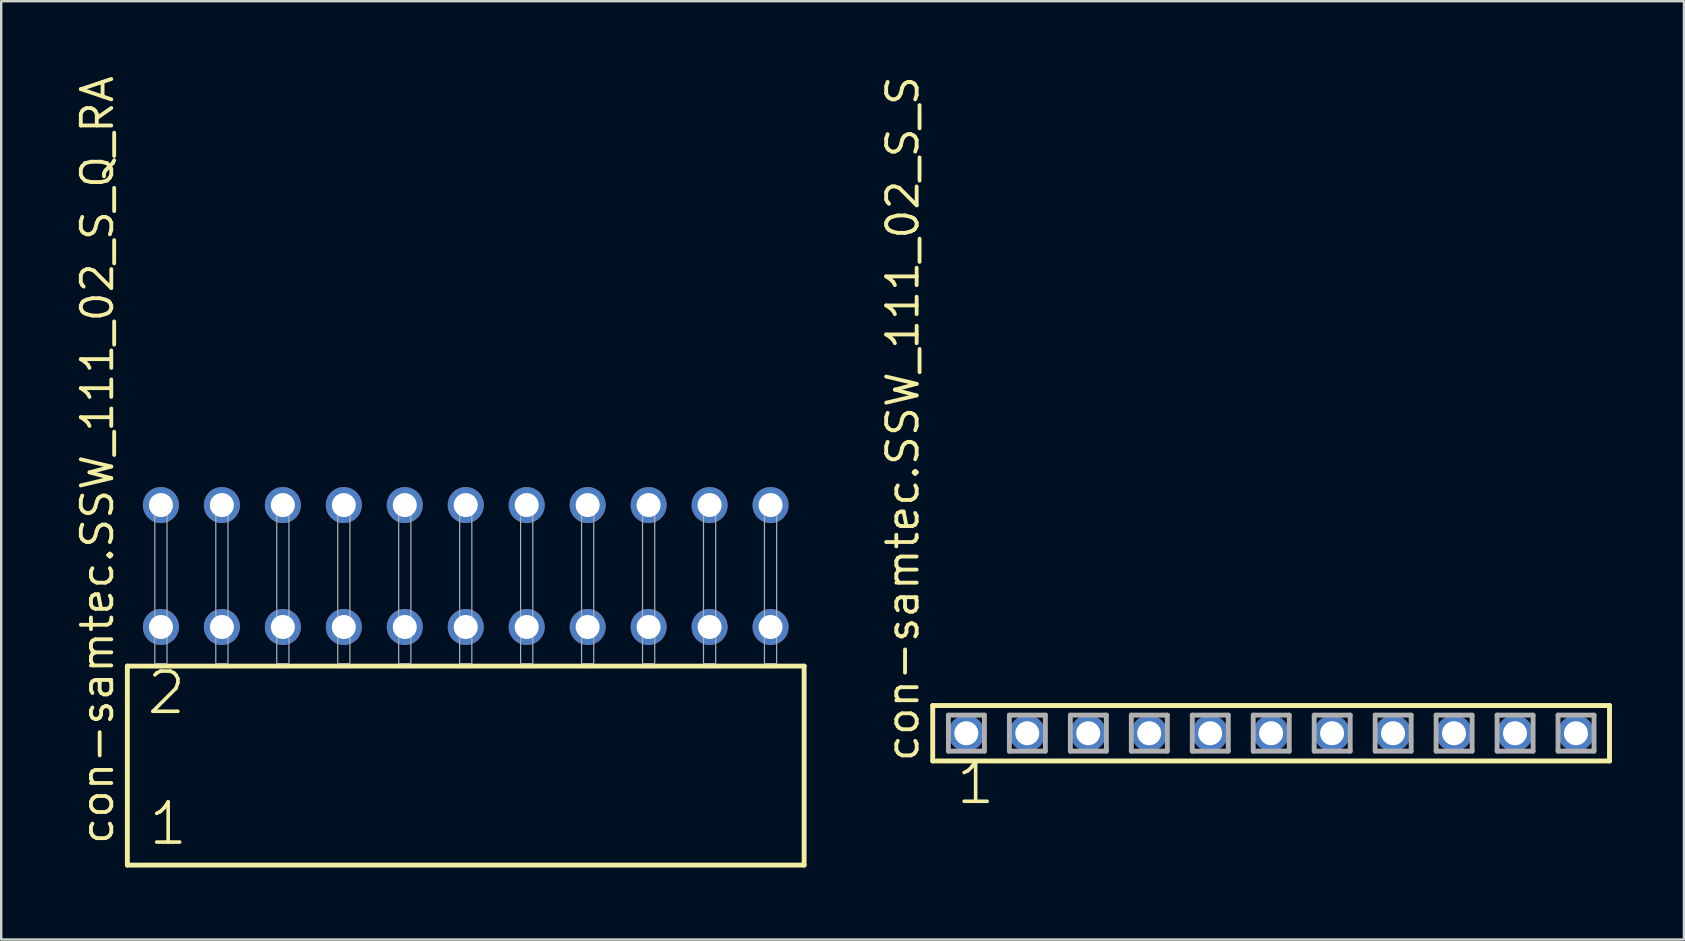
<source format=kicad_pcb>
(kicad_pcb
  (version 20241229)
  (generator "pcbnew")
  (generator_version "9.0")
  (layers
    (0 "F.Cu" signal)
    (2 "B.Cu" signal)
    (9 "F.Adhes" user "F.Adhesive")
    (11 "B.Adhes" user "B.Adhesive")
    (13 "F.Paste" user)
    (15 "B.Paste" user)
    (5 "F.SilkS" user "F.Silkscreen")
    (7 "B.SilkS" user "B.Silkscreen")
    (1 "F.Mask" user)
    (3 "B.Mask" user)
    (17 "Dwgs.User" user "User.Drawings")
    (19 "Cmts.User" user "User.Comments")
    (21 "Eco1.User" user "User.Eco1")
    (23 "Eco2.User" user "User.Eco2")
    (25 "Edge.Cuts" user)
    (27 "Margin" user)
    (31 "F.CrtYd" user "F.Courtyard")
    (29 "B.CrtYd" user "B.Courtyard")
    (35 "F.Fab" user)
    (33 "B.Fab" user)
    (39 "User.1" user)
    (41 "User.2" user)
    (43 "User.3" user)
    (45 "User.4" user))
  (footprint "con-samtec.SSW_111_02_S_S"
    (layer "F.Cu")
    (at 49.911 27.501)
    (property "Reference" "con-samtec.SSW_111_02_S_S" (at -14.605 1.27 90) (layer "F.SilkS") (effects (font (size 1.27 1.27) (thickness 0.16)) (justify left bottom)))
    (attr through_hole)
    (fp_line (start -14.099 -1.155) (end 14.099 -1.155) (stroke (width 0.203) (type default)) (layer "F.SilkS"))
    (fp_line (start -14.099 1.155) (end -14.099 -1.155) (stroke (width 0.203) (type default)) (layer "F.SilkS"))
    (fp_line (start 14.099 -1.155) (end 14.099 1.155) (stroke (width 0.203) (type default)) (layer "F.SilkS"))
    (fp_line (start 14.099 1.155) (end -14.099 1.155) (stroke (width 0.203) (type default)) (layer "F.SilkS"))
    (fp_line (start -13.445 -0.755) (end -11.945 -0.755) (stroke (width 0.203) (type default)) (layer "F.Fab"))
    (fp_line (start -13.445 0.745) (end -13.445 -0.755) (stroke (width 0.203) (type default)) (layer "F.Fab"))
    (fp_line (start -11.945 -0.755) (end -11.945 0.745) (stroke (width 0.203) (type default)) (layer "F.Fab"))
    (fp_line (start -11.945 0.745) (end -13.445 0.745) (stroke (width 0.203) (type default)) (layer "F.Fab"))
    (fp_line (start -10.905 -0.755) (end -9.405 -0.755) (stroke (width 0.203) (type default)) (layer "F.Fab"))
    (fp_line (start -10.905 0.745) (end -10.905 -0.755) (stroke (width 0.203) (type default)) (layer "F.Fab"))
    (fp_line (start -9.405 -0.755) (end -9.405 0.745) (stroke (width 0.203) (type default)) (layer "F.Fab"))
    (fp_line (start -9.405 0.745) (end -10.905 0.745) (stroke (width 0.203) (type default)) (layer "F.Fab"))
    (fp_line (start -8.365 -0.755) (end -6.865 -0.755) (stroke (width 0.203) (type default)) (layer "F.Fab"))
    (fp_line (start -8.365 0.745) (end -8.365 -0.755) (stroke (width 0.203) (type default)) (layer "F.Fab"))
    (fp_line (start -6.865 -0.755) (end -6.865 0.745) (stroke (width 0.203) (type default)) (layer "F.Fab"))
    (fp_line (start -6.865 0.745) (end -8.365 0.745) (stroke (width 0.203) (type default)) (layer "F.Fab"))
    (fp_line (start -5.825 -0.755) (end -4.325 -0.755) (stroke (width 0.203) (type default)) (layer "F.Fab"))
    (fp_line (start -5.825 0.745) (end -5.825 -0.755) (stroke (width 0.203) (type default)) (layer "F.Fab"))
    (fp_line (start -4.325 -0.755) (end -4.325 0.745) (stroke (width 0.203) (type default)) (layer "F.Fab"))
    (fp_line (start -4.325 0.745) (end -5.825 0.745) (stroke (width 0.203) (type default)) (layer "F.Fab"))
    (fp_line (start -3.285 -0.755) (end -1.785 -0.755) (stroke (width 0.203) (type default)) (layer "F.Fab"))
    (fp_line (start -3.285 0.745) (end -3.285 -0.755) (stroke (width 0.203) (type default)) (layer "F.Fab"))
    (fp_line (start -1.785 -0.755) (end -1.785 0.745) (stroke (width 0.203) (type default)) (layer "F.Fab"))
    (fp_line (start -1.785 0.745) (end -3.285 0.745) (stroke (width 0.203) (type default)) (layer "F.Fab"))
    (fp_line (start -0.745 -0.755) (end 0.755 -0.755) (stroke (width 0.203) (type default)) (layer "F.Fab"))
    (fp_line (start -0.745 0.745) (end -0.745 -0.755) (stroke (width 0.203) (type default)) (layer "F.Fab"))
    (fp_line (start 0.755 -0.755) (end 0.755 0.745) (stroke (width 0.203) (type default)) (layer "F.Fab"))
    (fp_line (start 0.755 0.745) (end -0.745 0.745) (stroke (width 0.203) (type default)) (layer "F.Fab"))
    (fp_line (start 1.795 -0.755) (end 3.295 -0.755) (stroke (width 0.203) (type default)) (layer "F.Fab"))
    (fp_line (start 1.795 0.745) (end 1.795 -0.755) (stroke (width 0.203) (type default)) (layer "F.Fab"))
    (fp_line (start 3.295 -0.755) (end 3.295 0.745) (stroke (width 0.203) (type default)) (layer "F.Fab"))
    (fp_line (start 3.295 0.745) (end 1.795 0.745) (stroke (width 0.203) (type default)) (layer "F.Fab"))
    (fp_line (start 4.335 -0.755) (end 5.835 -0.755) (stroke (width 0.203) (type default)) (layer "F.Fab"))
    (fp_line (start 4.335 0.745) (end 4.335 -0.755) (stroke (width 0.203) (type default)) (layer "F.Fab"))
    (fp_line (start 5.835 -0.755) (end 5.835 0.745) (stroke (width 0.203) (type default)) (layer "F.Fab"))
    (fp_line (start 5.835 0.745) (end 4.335 0.745) (stroke (width 0.203) (type default)) (layer "F.Fab"))
    (fp_line (start 6.875 -0.755) (end 8.375 -0.755) (stroke (width 0.203) (type default)) (layer "F.Fab"))
    (fp_line (start 6.875 0.745) (end 6.875 -0.755) (stroke (width 0.203) (type default)) (layer "F.Fab"))
    (fp_line (start 8.375 -0.755) (end 8.375 0.745) (stroke (width 0.203) (type default)) (layer "F.Fab"))
    (fp_line (start 8.375 0.745) (end 6.875 0.745) (stroke (width 0.203) (type default)) (layer "F.Fab"))
    (fp_line (start 9.415 -0.755) (end 10.915 -0.755) (stroke (width 0.203) (type default)) (layer "F.Fab"))
    (fp_line (start 9.415 0.745) (end 9.415 -0.755) (stroke (width 0.203) (type default)) (layer "F.Fab"))
    (fp_line (start 10.915 -0.755) (end 10.915 0.745) (stroke (width 0.203) (type default)) (layer "F.Fab"))
    (fp_line (start 10.915 0.745) (end 9.415 0.745) (stroke (width 0.203) (type default)) (layer "F.Fab"))
    (fp_line (start 11.955 -0.755) (end 13.455 -0.755) (stroke (width 0.203) (type default)) (layer "F.Fab"))
    (fp_line (start 11.955 0.745) (end 11.955 -0.755) (stroke (width 0.203) (type default)) (layer "F.Fab"))
    (fp_line (start 13.455 -0.755) (end 13.455 0.745) (stroke (width 0.203) (type default)) (layer "F.Fab"))
    (fp_line (start 13.455 0.745) (end 11.955 0.745) (stroke (width 0.203) (type default)) (layer "F.Fab"))
    (fp_text user "1" (at -13.208 3.048 0) (layer "F.SilkS") (effects (font (size 1.676 1.676) (thickness 0.15)) (justify left bottom)))
    (pad "1" thru_hole circle (at -12.7 0) (size 1.5 1.5) (drill 1) (layers "*.Cu" "*.Mask"))
    (pad "2" thru_hole circle (at -10.16 0) (size 1.5 1.5) (drill 1) (layers "*.Cu" "*.Mask"))
    (pad "3" thru_hole circle (at -7.62 0) (size 1.5 1.5) (drill 1) (layers "*.Cu" "*.Mask"))
    (pad "4" thru_hole circle (at -5.08 0) (size 1.5 1.5) (drill 1) (layers "*.Cu" "*.Mask"))
    (pad "5" thru_hole circle (at -2.54 0) (size 1.5 1.5) (drill 1) (layers "*.Cu" "*.Mask"))
    (pad "6" thru_hole circle (at 0 0) (size 1.5 1.5) (drill 1) (layers "*.Cu" "*.Mask"))
    (pad "7" thru_hole circle (at 2.54 0) (size 1.5 1.5) (drill 1) (layers "*.Cu" "*.Mask"))
    (pad "8" thru_hole circle (at 5.08 0) (size 1.5 1.5) (drill 1) (layers "*.Cu" "*.Mask"))
    (pad "9" thru_hole circle (at 7.62 0) (size 1.5 1.5) (drill 1) (layers "*.Cu" "*.Mask"))
    (pad "10" thru_hole circle (at 10.16 0) (size 1.5 1.5) (drill 1) (layers "*.Cu" "*.Mask"))
    (pad "11" thru_hole circle (at 12.7 0) (size 1.5 1.5) (drill 1) (layers "*.Cu" "*.Mask")))
  (footprint "con-samtec.SSW_111_02_S_Q_RA"
    (layer "F.Cu")
    (at 16.355 24.598)
    (property "Reference" "con-samtec.SSW_111_02_S_Q_RA" (at -14.605 7.62 90) (layer "F.SilkS") (effects (font (size 1.27 1.27) (thickness 0.16)) (justify left bottom)))
    (attr through_hole)
    (fp_line (start -14.099 0.106) (end -14.099 8.396) (stroke (width 0.203) (type default)) (layer "F.SilkS"))
    (fp_line (start -14.099 8.396) (end 14.099 8.396) (stroke (width 0.203) (type default)) (layer "F.SilkS"))
    (fp_line (start 14.099 0.106) (end -14.099 0.106) (stroke (width 0.203) (type default)) (layer "F.SilkS"))
    (fp_line (start 14.099 8.396) (end 14.099 0.106) (stroke (width 0.203) (type default)) (layer "F.SilkS"))
    (fp_rect (start -12.954 0) (end -12.446 -6.858) (stroke (width 0.05) (type default)) (fill no) (layer "F.Fab"))
    (fp_rect (start -10.414 0) (end -9.906 -6.858) (stroke (width 0.05) (type default)) (fill no) (layer "F.Fab"))
    (fp_rect (start -7.874 0) (end -7.366 -6.858) (stroke (width 0.05) (type default)) (fill no) (layer "F.Fab"))
    (fp_rect (start -5.334 0) (end -4.826 -6.858) (stroke (width 0.05) (type default)) (fill no) (layer "F.Fab"))
    (fp_rect (start -2.794 0) (end -2.286 -6.858) (stroke (width 0.05) (type default)) (fill no) (layer "F.Fab"))
    (fp_rect (start -0.254 0) (end 0.254 -6.858) (stroke (width 0.05) (type default)) (fill no) (layer "F.Fab"))
    (fp_rect (start 2.286 0) (end 2.794 -6.858) (stroke (width 0.05) (type default)) (fill no) (layer "F.Fab"))
    (fp_rect (start 4.826 0) (end 5.334 -6.858) (stroke (width 0.05) (type default)) (fill no) (layer "F.Fab"))
    (fp_rect (start 7.366 0) (end 7.874 -6.858) (stroke (width 0.05) (type default)) (fill no) (layer "F.Fab"))
    (fp_rect (start 9.906 0) (end 10.414 -6.858) (stroke (width 0.05) (type default)) (fill no) (layer "F.Fab"))
    (fp_rect (start 12.446 0) (end 12.954 -6.858) (stroke (width 0.05) (type default)) (fill no) (layer "F.Fab"))
    (fp_text user "2" (at -13.37 2.2 0) (layer "F.SilkS") (effects (font (size 1.676 1.676) (thickness 0.15)) (justify left bottom)))
    (fp_text user "1" (at -13.295 7.65 0) (layer "F.SilkS") (effects (font (size 1.676 1.676) (thickness 0.15)) (justify left bottom)))
    (pad "1" thru_hole circle (at -12.7 -1.524) (size 1.5 1.5) (drill 1) (layers "*.Cu" "*.Mask"))
    (pad "2" thru_hole circle (at -12.7 -6.604) (size 1.5 1.5) (drill 1) (layers "*.Cu" "*.Mask"))
    (pad "3" thru_hole circle (at -10.16 -1.524) (size 1.5 1.5) (drill 1) (layers "*.Cu" "*.Mask"))
    (pad "4" thru_hole circle (at -10.16 -6.604) (size 1.5 1.5) (drill 1) (layers "*.Cu" "*.Mask"))
    (pad "5" thru_hole circle (at -7.62 -1.524) (size 1.5 1.5) (drill 1) (layers "*.Cu" "*.Mask"))
    (pad "6" thru_hole circle (at -7.62 -6.604) (size 1.5 1.5) (drill 1) (layers "*.Cu" "*.Mask"))
    (pad "7" thru_hole circle (at -5.08 -1.524) (size 1.5 1.5) (drill 1) (layers "*.Cu" "*.Mask"))
    (pad "8" thru_hole circle (at -5.08 -6.604) (size 1.5 1.5) (drill 1) (layers "*.Cu" "*.Mask"))
    (pad "9" thru_hole circle (at -2.54 -1.524) (size 1.5 1.5) (drill 1) (layers "*.Cu" "*.Mask"))
    (pad "10" thru_hole circle (at -2.54 -6.604) (size 1.5 1.5) (drill 1) (layers "*.Cu" "*.Mask"))
    (pad "11" thru_hole circle (at 0 -1.524) (size 1.5 1.5) (drill 1) (layers "*.Cu" "*.Mask"))
    (pad "12" thru_hole circle (at 0 -6.604) (size 1.5 1.5) (drill 1) (layers "*.Cu" "*.Mask"))
    (pad "13" thru_hole circle (at 2.54 -1.524) (size 1.5 1.5) (drill 1) (layers "*.Cu" "*.Mask"))
    (pad "14" thru_hole circle (at 2.54 -6.604) (size 1.5 1.5) (drill 1) (layers "*.Cu" "*.Mask"))
    (pad "15" thru_hole circle (at 5.08 -1.524) (size 1.5 1.5) (drill 1) (layers "*.Cu" "*.Mask"))
    (pad "16" thru_hole circle (at 5.08 -6.604) (size 1.5 1.5) (drill 1) (layers "*.Cu" "*.Mask"))
    (pad "17" thru_hole circle (at 7.62 -1.524) (size 1.5 1.5) (drill 1) (layers "*.Cu" "*.Mask"))
    (pad "18" thru_hole circle (at 7.62 -6.604) (size 1.5 1.5) (drill 1) (layers "*.Cu" "*.Mask"))
    (pad "19" thru_hole circle (at 10.16 -1.524) (size 1.5 1.5) (drill 1) (layers "*.Cu" "*.Mask"))
    (pad "20" thru_hole circle (at 10.16 -6.604) (size 1.5 1.5) (drill 1) (layers "*.Cu" "*.Mask"))
    (pad "21" thru_hole circle (at 12.7 -1.524) (size 1.5 1.5) (drill 1) (layers "*.Cu" "*.Mask"))
    (pad "22" thru_hole circle (at 12.7 -6.604) (size 1.5 1.5) (drill 1) (layers "*.Cu" "*.Mask")))
  (gr_rect
    (start -3 -3)
    (end 67.111 36.096)
    (stroke (width 0.1) (type default))
    (fill no)
    (layer "Edge.Cuts")))
</source>
